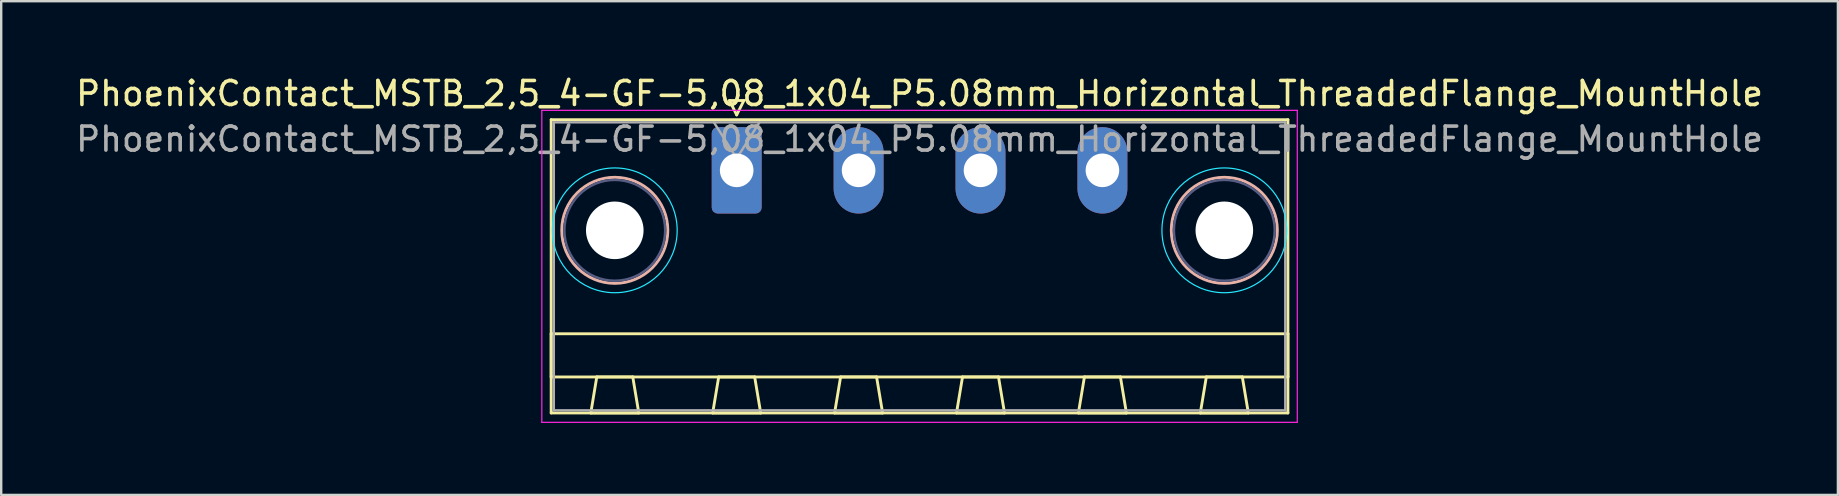
<source format=kicad_pcb>
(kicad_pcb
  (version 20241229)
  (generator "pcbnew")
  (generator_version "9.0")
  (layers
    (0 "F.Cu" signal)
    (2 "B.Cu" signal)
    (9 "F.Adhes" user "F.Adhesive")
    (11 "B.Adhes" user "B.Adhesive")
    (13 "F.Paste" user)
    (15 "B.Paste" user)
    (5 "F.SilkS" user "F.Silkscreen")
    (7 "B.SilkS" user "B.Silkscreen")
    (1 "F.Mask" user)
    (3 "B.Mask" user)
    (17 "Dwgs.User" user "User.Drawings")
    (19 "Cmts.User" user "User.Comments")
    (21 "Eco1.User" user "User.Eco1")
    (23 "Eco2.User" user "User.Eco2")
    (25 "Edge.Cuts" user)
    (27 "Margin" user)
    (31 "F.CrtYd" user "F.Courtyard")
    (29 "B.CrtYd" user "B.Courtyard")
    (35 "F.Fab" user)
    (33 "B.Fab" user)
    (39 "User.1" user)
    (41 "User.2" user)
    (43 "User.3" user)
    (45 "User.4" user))
  (footprint "PhoenixContact_MSTB_2,5_4-GF-5,08_1x04_P5.08mm_Horizontal_ThreadedFlange_MountHole"
    (layer "F.Cu")
    (at 27.648 4.048)
    (property "Reference" "PhoenixContact_MSTB_2,5_4-GF-5,08_1x04_P5.08mm_Horizontal_ThreadedFlange_MountHole" (at 7.62 -3.2 0) (layer "F.SilkS") (effects (font (size 1 1) (thickness 0.15))))
    (attr through_hole)
    (fp_line (start -7.73 -2.11) (end -7.73 10.11) (stroke (width 0.12) (type solid)) (layer "F.SilkS"))
    (fp_line (start -7.73 6.81) (end 22.97 6.81) (stroke (width 0.12) (type solid)) (layer "F.SilkS"))
    (fp_line (start -7.73 8.61) (end -7.73 6.81) (stroke (width 0.12) (type solid)) (layer "F.SilkS"))
    (fp_line (start -7.73 10.11) (end 22.97 10.11) (stroke (width 0.12) (type solid)) (layer "F.SilkS"))
    (fp_line (start -6.08 10.11) (end -4.08 10.11) (stroke (width 0.12) (type solid)) (layer "F.SilkS"))
    (fp_line (start -5.83 8.61) (end -6.08 10.11) (stroke (width 0.12) (type solid)) (layer "F.SilkS"))
    (fp_line (start -4.33 8.61) (end -5.83 8.61) (stroke (width 0.12) (type solid)) (layer "F.SilkS"))
    (fp_line (start -4.08 10.11) (end -4.33 8.61) (stroke (width 0.12) (type solid)) (layer "F.SilkS"))
    (fp_line (start -1 10.11) (end 1 10.11) (stroke (width 0.12) (type solid)) (layer "F.SilkS"))
    (fp_line (start -0.75 8.61) (end -1 10.11) (stroke (width 0.12) (type solid)) (layer "F.SilkS"))
    (fp_line (start -0.3 -2.91) (end 0.3 -2.91) (stroke (width 0.12) (type solid)) (layer "F.SilkS"))
    (fp_line (start 0 -2.31) (end -0.3 -2.91) (stroke (width 0.12) (type solid)) (layer "F.SilkS"))
    (fp_line (start 0.3 -2.91) (end 0 -2.31) (stroke (width 0.12) (type solid)) (layer "F.SilkS"))
    (fp_line (start 0.75 8.61) (end -0.75 8.61) (stroke (width 0.12) (type solid)) (layer "F.SilkS"))
    (fp_line (start 1 10.11) (end 0.75 8.61) (stroke (width 0.12) (type solid)) (layer "F.SilkS"))
    (fp_line (start 4.08 10.11) (end 6.08 10.11) (stroke (width 0.12) (type solid)) (layer "F.SilkS"))
    (fp_line (start 4.33 8.61) (end 4.08 10.11) (stroke (width 0.12) (type solid)) (layer "F.SilkS"))
    (fp_line (start 5.83 8.61) (end 4.33 8.61) (stroke (width 0.12) (type solid)) (layer "F.SilkS"))
    (fp_line (start 6.08 10.11) (end 5.83 8.61) (stroke (width 0.12) (type solid)) (layer "F.SilkS"))
    (fp_line (start 9.16 10.11) (end 11.16 10.11) (stroke (width 0.12) (type solid)) (layer "F.SilkS"))
    (fp_line (start 9.41 8.61) (end 9.16 10.11) (stroke (width 0.12) (type solid)) (layer "F.SilkS"))
    (fp_line (start 10.91 8.61) (end 9.41 8.61) (stroke (width 0.12) (type solid)) (layer "F.SilkS"))
    (fp_line (start 11.16 10.11) (end 10.91 8.61) (stroke (width 0.12) (type solid)) (layer "F.SilkS"))
    (fp_line (start 14.24 10.11) (end 16.24 10.11) (stroke (width 0.12) (type solid)) (layer "F.SilkS"))
    (fp_line (start 14.49 8.61) (end 14.24 10.11) (stroke (width 0.12) (type solid)) (layer "F.SilkS"))
    (fp_line (start 15.99 8.61) (end 14.49 8.61) (stroke (width 0.12) (type solid)) (layer "F.SilkS"))
    (fp_line (start 16.24 10.11) (end 15.99 8.61) (stroke (width 0.12) (type solid)) (layer "F.SilkS"))
    (fp_line (start 19.32 10.11) (end 21.32 10.11) (stroke (width 0.12) (type solid)) (layer "F.SilkS"))
    (fp_line (start 19.57 8.61) (end 19.32 10.11) (stroke (width 0.12) (type solid)) (layer "F.SilkS"))
    (fp_line (start 21.07 8.61) (end 19.57 8.61) (stroke (width 0.12) (type solid)) (layer "F.SilkS"))
    (fp_line (start 21.32 10.11) (end 21.07 8.61) (stroke (width 0.12) (type solid)) (layer "F.SilkS"))
    (fp_line (start 22.97 -2.11) (end -7.73 -2.11) (stroke (width 0.12) (type solid)) (layer "F.SilkS"))
    (fp_line (start 22.97 6.81) (end 22.97 8.61) (stroke (width 0.12) (type solid)) (layer "F.SilkS"))
    (fp_line (start 22.97 8.61) (end -7.73 8.61) (stroke (width 0.12) (type solid)) (layer "F.SilkS"))
    (fp_line (start 22.97 10.11) (end 22.97 -2.11) (stroke (width 0.12) (type solid)) (layer "F.SilkS"))
    (fp_circle (center -5.08 2.5) (end -2.87 2.5) (stroke (width 0.12) (type solid)) (fill no) (layer "B.SilkS"))
    (fp_circle (center 20.32 2.5) (end 22.53 2.5) (stroke (width 0.12) (type solid)) (fill no) (layer "B.SilkS"))
    (fp_circle (center -5.08 2.5) (end -2.48 2.5) (stroke (width 0.05) (type solid)) (fill no) (layer "B.CrtYd"))
    (fp_circle (center 20.32 2.5) (end 22.92 2.5) (stroke (width 0.05) (type solid)) (fill no) (layer "B.CrtYd"))
    (fp_line (start -8.12 -2.5) (end -8.12 10.5) (stroke (width 0.05) (type solid)) (layer "F.CrtYd"))
    (fp_line (start -8.12 10.5) (end 23.36 10.5) (stroke (width 0.05) (type solid)) (layer "F.CrtYd"))
    (fp_line (start 23.36 -2.5) (end -8.12 -2.5) (stroke (width 0.05) (type solid)) (layer "F.CrtYd"))
    (fp_line (start 23.36 10.5) (end 23.36 -2.5) (stroke (width 0.05) (type solid)) (layer "F.CrtYd"))
    (fp_circle (center -5.08 2.5) (end -2.98 2.5) (stroke (width 0.1) (type solid)) (fill no) (layer "B.Fab"))
    (fp_circle (center 20.32 2.5) (end 22.42 2.5) (stroke (width 0.1) (type solid)) (fill no) (layer "B.Fab"))
    (fp_line (start -7.62 -2) (end -7.62 10) (stroke (width 0.1) (type solid)) (layer "F.Fab"))
    (fp_line (start -7.62 10) (end 22.86 10) (stroke (width 0.1) (type solid)) (layer "F.Fab"))
    (fp_line (start 0 -0.5) (end -0.95 -2) (stroke (width 0.1) (type solid)) (layer "F.Fab"))
    (fp_line (start 0.95 -2) (end 0 -0.5) (stroke (width 0.1) (type solid)) (layer "F.Fab"))
    (fp_line (start 22.86 -2) (end -7.62 -2) (stroke (width 0.1) (type solid)) (layer "F.Fab"))
    (fp_line (start 22.86 10) (end 22.86 -2) (stroke (width 0.1) (type solid)) (layer "F.Fab"))
    (fp_text user "${REFERENCE}" (at 7.62 -1.3 0) (layer "F.Fab") (effects (font (size 1 1) (thickness 0.15))))
    (pad "" np_thru_hole circle (at -5.08 2.5) (size 2.4 2.4) (drill 2.4) (layers "*.Cu" "*.Mask"))
    (pad "" np_thru_hole circle (at 20.32 2.5) (size 2.4 2.4) (drill 2.4) (layers "*.Cu" "*.Mask"))
    (pad "1" thru_hole roundrect (at 0 0) (size 2.08 3.6) (drill 1.4) (layers "*.Cu" "*.Mask") (roundrect_rratio 0.12))
    (pad "2" thru_hole oval (at 5.08 0) (size 2.08 3.6) (drill 1.4) (layers "*.Cu" "*.Mask"))
    (pad "3" thru_hole oval (at 10.16 0) (size 2.08 3.6) (drill 1.4) (layers "*.Cu" "*.Mask"))
    (pad "4" thru_hole oval (at 15.24 0) (size 2.08 3.6) (drill 1.4) (layers "*.Cu" "*.Mask")))
  (gr_rect
    (start -3 -3)
    (end 73.536 17.573)
    (stroke (width 0.1) (type default))
    (fill no)
    (layer "Edge.Cuts")))
</source>
